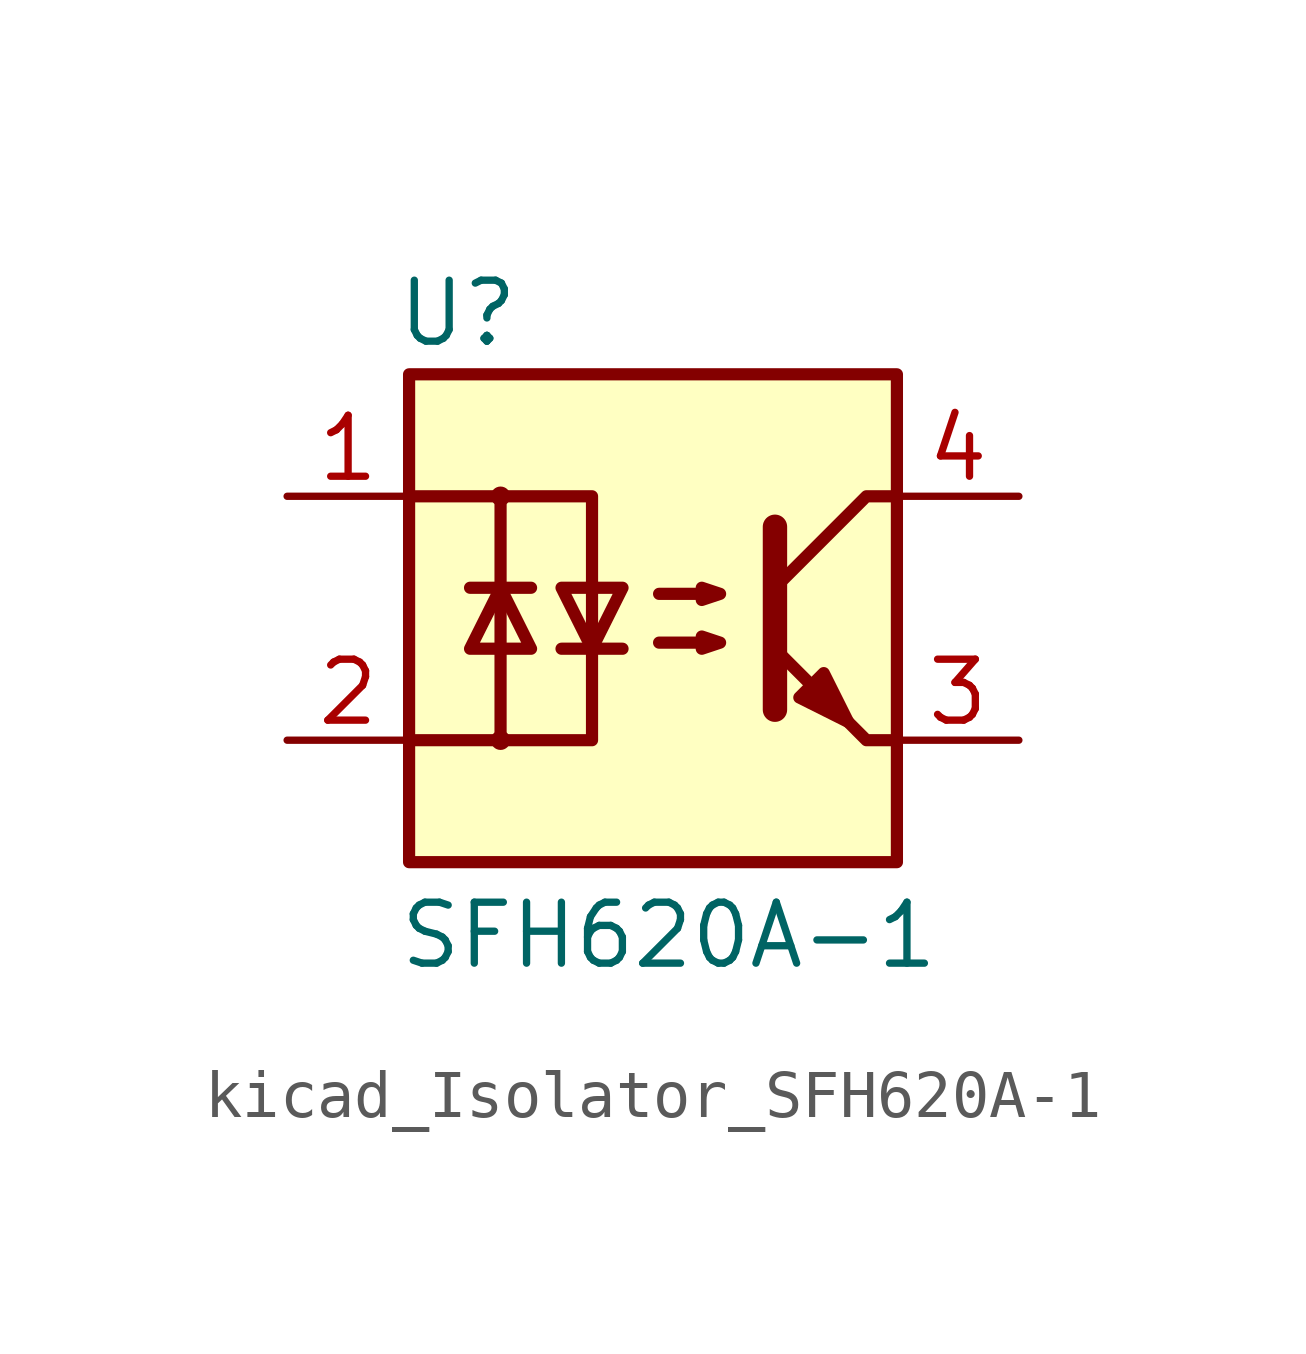
<source format=kicad_sym>
(kicad_symbol_lib
  (version 20220914)
  (generator kicad_symbol_editor)
  (symbol "kicad_Isolator_SFH620A-1"
    (pin_names
      (offset 1.016))
    (property "Reference" "U"
      (at -4.064 6.35 0)
      (effects (font (size 1.27 1.27))))
    (property "Value" "SFH620A-1"
      (at -5.334 -6.604 0)
      (effects (font (size 1.27 1.27)) (justify left)))
    (symbol "kicad_Isolator_SFH620A-1_0_1"
      (rectangle (start -5.08 5.08) (end 5.08 -5.08) (stroke (width 0.254) (type default)) (fill (type background))))
    (symbol "kicad_Isolator_SFH620A-1_1_1"
      (circle (center -3.175 -2.54) (radius 0.127) (stroke (width 0) (type default)) (fill (type none)))
      (circle (center -3.175 2.54) (radius 0.127) (stroke (width 0) (type default)) (fill (type none)))
      (polyline (pts (xy -3.81 0.635) (xy -2.54 0.635)) (stroke (width 0.254) (type default)) (fill (type none)))
      (polyline (pts (xy -1.905 -0.635) (xy -0.635 -0.635)) (stroke (width 0.254) (type default)) (fill (type none)))
      (polyline (pts (xy 2.54 1.905) (xy 2.54 -1.905) (xy 2.54 -1.905)) (stroke (width 0.508) (type default)) (fill (type none)))
      (polyline (pts (xy 5.08 -2.54) (xy 4.445 -2.54) (xy 2.54 -0.635)) (stroke (width 0.254) (type default)) (fill (type none)))
      (polyline (pts (xy 5.08 2.54) (xy 4.445 2.54) (xy 2.54 0.635)) (stroke (width 0.254) (type default)) (fill (type none)))
      (polyline (pts (xy -5.08 2.54) (xy -3.175 2.54) (xy -3.175 -2.54) (xy -5.08 -2.54)) (stroke (width 0.254) (type default)) (fill (type none)))
      (polyline (pts (xy -3.175 -2.54) (xy -1.27 -2.54) (xy -1.27 2.54) (xy -3.175 2.54)) (stroke (width 0.254) (type default)) (fill (type none)))
      (polyline (pts (xy -3.175 0.635) (xy -3.81 -0.635) (xy -2.54 -0.635) (xy -3.175 0.635)) (stroke (width 0.254) (type default)) (fill (type none)))
      (polyline (pts (xy -1.27 -0.635) (xy -1.905 0.635) (xy -0.635 0.635) (xy -1.27 -0.635)) (stroke (width 0.254) (type default)) (fill (type none)))
      (polyline (pts (xy 0.127 -0.508) (xy 1.397 -0.508) (xy 1.016 -0.635) (xy 1.016 -0.381) (xy 1.397 -0.508)) (stroke (width 0.254) (type default)) (fill (type none)))
      (polyline (pts (xy 0.127 0.508) (xy 1.397 0.508) (xy 1.016 0.381) (xy 1.016 0.635) (xy 1.397 0.508)) (stroke (width 0.254) (type default)) (fill (type none)))
      (polyline (pts (xy 3.048 -1.651) (xy 3.556 -1.143) (xy 4.064 -2.159) (xy 3.048 -1.651) (xy 3.048 -1.651)) (stroke (width 0.254) (type default)) (fill (type outline)))
      (pin passive line (at -7.62 2.54 0) (length 2.54) (name "~" (effects (font (size 1.27 1.27)))) (number "1" (effects (font (size 1.27 1.27)))))
      (pin passive line (at -7.62 -2.54 0) (length 2.54) (name "~" (effects (font (size 1.27 1.27)))) (number "2" (effects (font (size 1.27 1.27)))))
      (pin passive line (at 7.62 -2.54 180) (length 2.54) (name "~" (effects (font (size 1.27 1.27)))) (number "3" (effects (font (size 1.27 1.27)))))
      (pin passive line (at 7.62 2.54 180) (length 2.54) (name "~" (effects (font (size 1.27 1.27)))) (number "4" (effects (font (size 1.27 1.27))))))))
</source>
